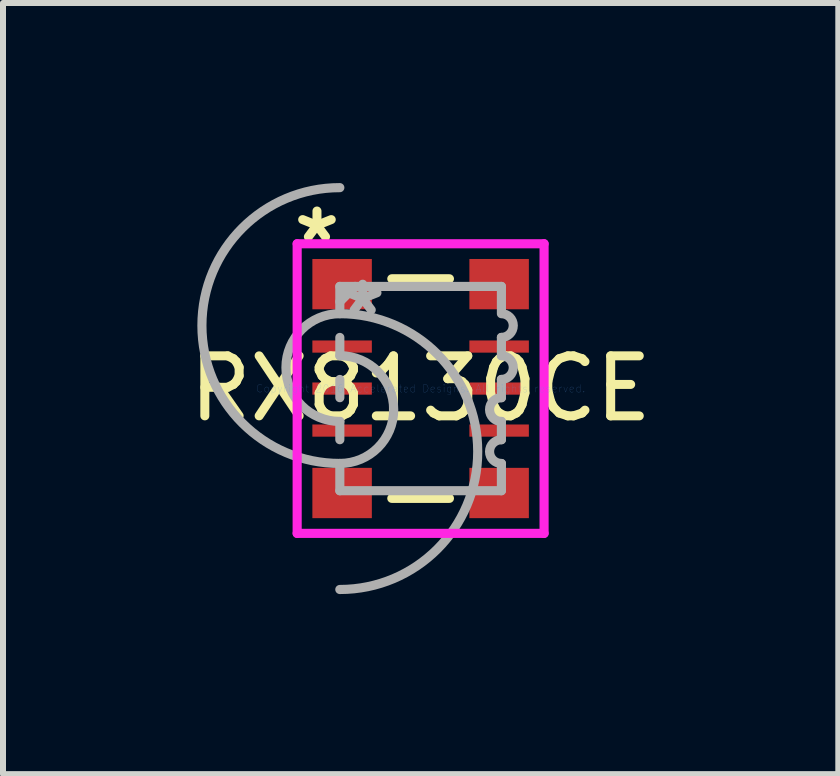
<source format=kicad_pcb>
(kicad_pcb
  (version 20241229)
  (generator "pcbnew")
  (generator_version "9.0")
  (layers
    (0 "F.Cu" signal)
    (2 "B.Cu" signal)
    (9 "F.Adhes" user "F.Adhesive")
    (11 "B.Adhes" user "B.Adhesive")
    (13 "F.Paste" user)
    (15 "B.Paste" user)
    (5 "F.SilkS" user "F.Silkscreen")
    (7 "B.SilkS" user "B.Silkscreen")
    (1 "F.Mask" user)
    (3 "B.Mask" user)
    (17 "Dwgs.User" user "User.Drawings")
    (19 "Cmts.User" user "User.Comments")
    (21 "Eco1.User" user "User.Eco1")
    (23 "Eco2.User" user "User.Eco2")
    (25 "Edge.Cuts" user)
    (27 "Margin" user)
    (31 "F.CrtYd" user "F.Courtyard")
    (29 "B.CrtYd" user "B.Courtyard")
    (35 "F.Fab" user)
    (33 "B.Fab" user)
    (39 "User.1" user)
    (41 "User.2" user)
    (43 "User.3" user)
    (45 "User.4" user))
  (footprint "RX8130CE"
    (layer "F.Cu")
    (at 3.958 3.424)
    (property "Reference" "RX8130CE" (at 0 0 0) (layer "F.SilkS") (effects (font (size 1 1) (thickness 0.15))))
    (attr through_hole)
    (fp_line (start -0.48 -1.829) (end 0.48 -1.829) (stroke (width 0.152) (type solid)) (layer "F.SilkS"))
    (fp_line (start -0.48 1.829) (end 0.48 1.829) (stroke (width 0.152) (type solid)) (layer "F.SilkS"))
    (fp_line (start -2.057 -2.413) (end 2.057 -2.413) (stroke (width 0.152) (type solid)) (layer "F.CrtYd"))
    (fp_line (start -2.057 2.413) (end -2.057 -2.413) (stroke (width 0.152) (type solid)) (layer "F.CrtYd"))
    (fp_line (start 2.057 -2.413) (end 2.057 2.413) (stroke (width 0.152) (type solid)) (layer "F.CrtYd"))
    (fp_line (start 2.057 2.413) (end -2.057 2.413) (stroke (width 0.152) (type solid)) (layer "F.CrtYd"))
    (fp_line (start -1.346 -1.702) (end 1.346 -1.702) (stroke (width 0.152) (type solid)) (layer "F.Fab"))
    (fp_line (start -1.346 -1.27) (end -1.346 -1.702) (stroke (width 0.152) (type solid)) (layer "F.Fab"))
    (fp_line (start -1.346 -0.852) (end -1.346 -0.548) (stroke (width 0.152) (type solid)) (layer "F.Fab"))
    (fp_line (start -1.346 -0.152) (end -1.346 0.152) (stroke (width 0.152) (type solid)) (layer "F.Fab"))
    (fp_line (start -1.346 0.548) (end -1.346 0.852) (stroke (width 0.152) (type solid)) (layer "F.Fab"))
    (fp_line (start -1.346 1.248) (end -1.346 1.27) (stroke (width 0.152) (type solid)) (layer "F.Fab"))
    (fp_line (start -1.346 1.27) (end -1.346 1.702) (stroke (width 0.152) (type solid)) (layer "F.Fab"))
    (fp_line (start -1.346 1.702) (end 1.346 1.702) (stroke (width 0.152) (type solid)) (layer "F.Fab"))
    (fp_line (start -1.092 -1.702) (end -1.346 -1.448) (stroke (width 0.152) (type solid)) (layer "F.Fab"))
    (fp_line (start 1.346 -1.27) (end 1.346 -1.702) (stroke (width 0.152) (type solid)) (layer "F.Fab"))
    (fp_line (start 1.346 -0.852) (end 1.346 -0.548) (stroke (width 0.152) (type solid)) (layer "F.Fab"))
    (fp_line (start 1.346 -0.152) (end 1.346 0.152) (stroke (width 0.152) (type solid)) (layer "F.Fab"))
    (fp_line (start 1.346 0.548) (end 1.346 0.852) (stroke (width 0.152) (type solid)) (layer "F.Fab"))
    (fp_line (start 1.346 1.248) (end 1.346 1.27) (stroke (width 0.152) (type solid)) (layer "F.Fab"))
    (fp_line (start 1.346 1.27) (end 1.346 1.702) (stroke (width 0.152) (type solid)) (layer "F.Fab"))
    (fp_arc (start -1.3462 -1.2476) (mid 0.9514 1.05) (end -1.3462 3.3476) (stroke (width 0.1524) (type solid)) (layer "F.Fab"))
    (fp_arc (start -1.3462 -0.547599) (mid -0.448602 0.349999) (end -1.3462 1.247597) (stroke (width 0.1524) (type solid)) (layer "F.Fab"))
    (fp_arc (start -1.3462 0.547599) (mid -2.243798 -0.349999) (end -1.3462 -1.247597) (stroke (width 0.1524) (type solid)) (layer "F.Fab"))
    (fp_arc (start -1.3462 1.2476) (mid -3.6438 -1.05) (end -1.3462 -3.3476) (stroke (width 0.1524) (type solid)) (layer "F.Fab"))
    (fp_arc (start 1.3462 -1.2476) (mid 1.5438 -1.05) (end 1.3462 -0.8524) (stroke (width 0.1524) (type solid)) (layer "F.Fab"))
    (fp_arc (start 1.3462 -0.547599) (mid 1.5438 -0.349999) (end 1.3462 -0.152399) (stroke (width 0.1524) (type solid)) (layer "F.Fab"))
    (fp_arc (start 1.3462 0.547599) (mid 1.1486 0.349999) (end 1.3462 0.152399) (stroke (width 0.1524) (type solid)) (layer "F.Fab"))
    (fp_arc (start 1.3462 1.2476) (mid 1.1486 1.05) (end 1.3462 0.8524) (stroke (width 0.1524) (type solid)) (layer "F.Fab"))
    (fp_text user "*" (at -1.727 -2.413 0) (layer "F.SilkS") (effects (font (size 1 1) (thickness 0.15))))
    (fp_text user "Copyright 2016 Accelerated Designs. All rights reserved." (at 0 0 0) (layer "Cmts.User") (effects (font (size 0.127 0.127) (thickness 0.002))))
    (fp_text user "*" (at -0.965 -1.194 0) (layer "F.Fab") (effects (font (size 1 1) (thickness 0.15))))
    (pad "1" smd rect (at -1.308 -1.74) (size 0.991 0.838) (layers "F.Cu" "F.Mask" "F.Paste"))
    (pad "2" smd rect (at -1.308 -0.7) (size 0.991 0.203) (layers "F.Cu" "F.Mask" "F.Paste"))
    (pad "3" smd rect (at -1.308 0) (size 0.991 0.203) (layers "F.Cu" "F.Mask" "F.Paste"))
    (pad "4" smd rect (at -1.308 0.7) (size 0.991 0.203) (layers "F.Cu" "F.Mask" "F.Paste"))
    (pad "5" smd rect (at -1.308 1.74) (size 0.991 0.838) (layers "F.Cu" "F.Mask" "F.Paste"))
    (pad "6" smd rect (at 1.308 1.74) (size 0.991 0.838) (layers "F.Cu" "F.Mask" "F.Paste"))
    (pad "7" smd rect (at 1.308 0.7) (size 0.991 0.203) (layers "F.Cu" "F.Mask" "F.Paste"))
    (pad "8" smd rect (at 1.308 0) (size 0.991 0.203) (layers "F.Cu" "F.Mask" "F.Paste"))
    (pad "9" smd rect (at 1.308 -0.7) (size 0.991 0.203) (layers "F.Cu" "F.Mask" "F.Paste"))
    (pad "10" smd rect (at 1.308 -1.74) (size 0.991 0.838) (layers "F.Cu" "F.Mask" "F.Paste")))
  (gr_rect
    (start -3 -3)
    (end 10.917 9.848)
    (stroke (width 0.1) (type default))
    (fill no)
    (layer "Edge.Cuts")))
</source>
